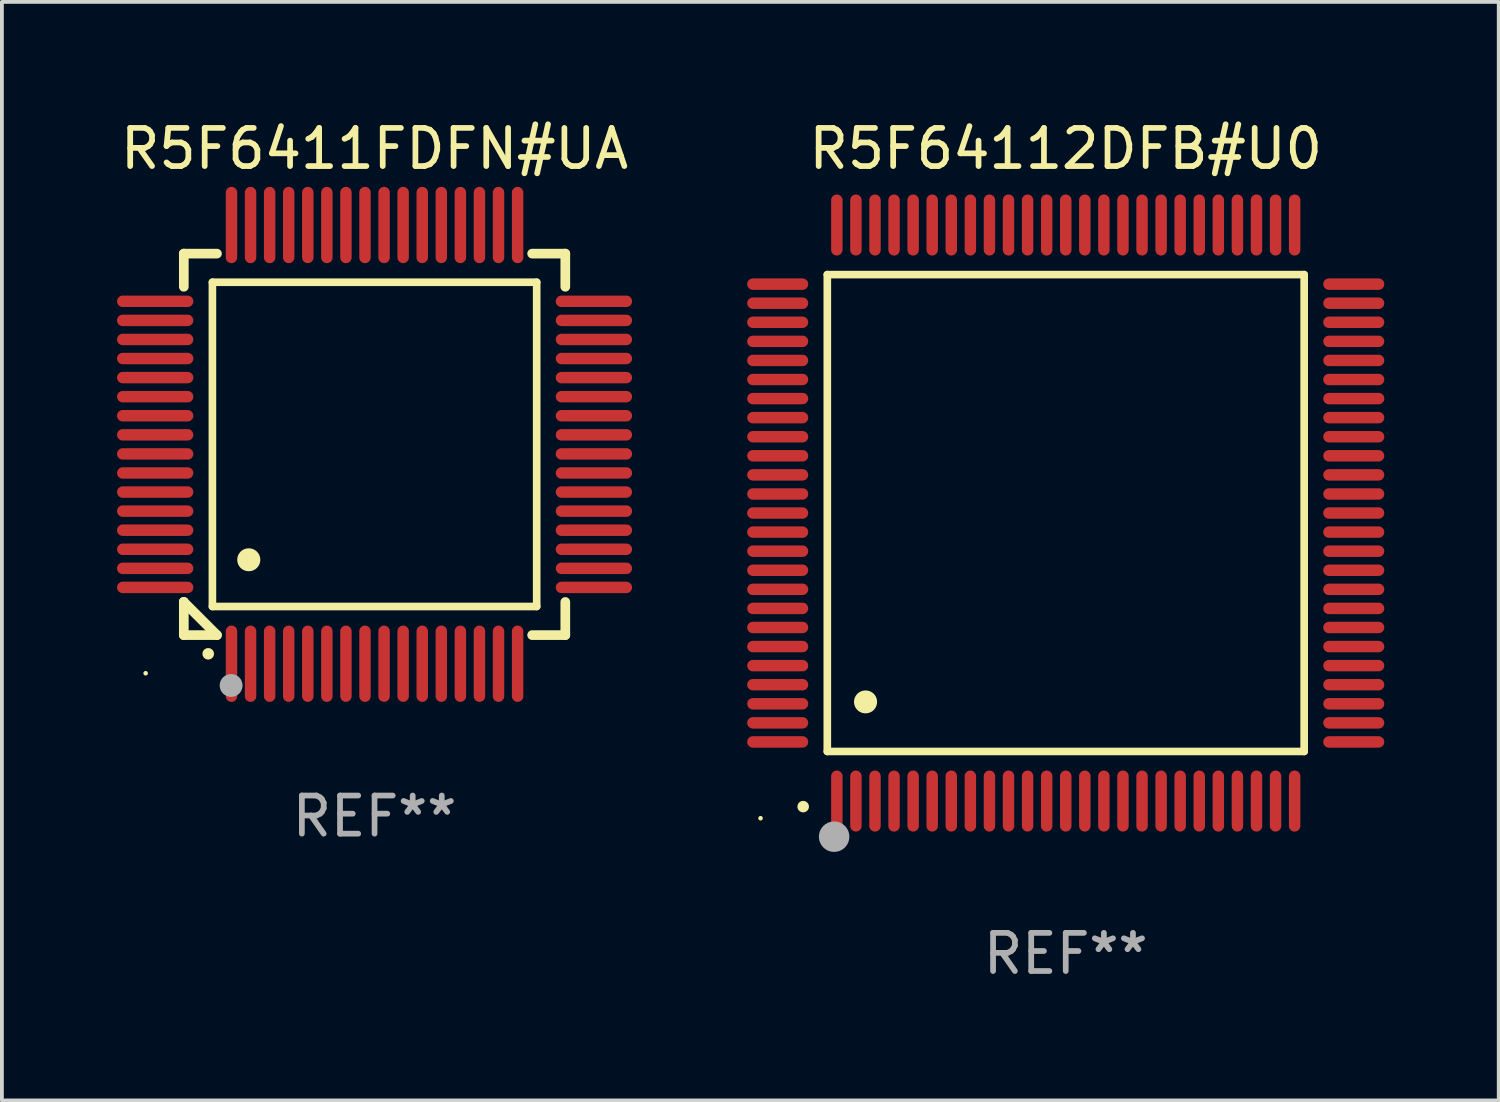
<source format=kicad_pcb>
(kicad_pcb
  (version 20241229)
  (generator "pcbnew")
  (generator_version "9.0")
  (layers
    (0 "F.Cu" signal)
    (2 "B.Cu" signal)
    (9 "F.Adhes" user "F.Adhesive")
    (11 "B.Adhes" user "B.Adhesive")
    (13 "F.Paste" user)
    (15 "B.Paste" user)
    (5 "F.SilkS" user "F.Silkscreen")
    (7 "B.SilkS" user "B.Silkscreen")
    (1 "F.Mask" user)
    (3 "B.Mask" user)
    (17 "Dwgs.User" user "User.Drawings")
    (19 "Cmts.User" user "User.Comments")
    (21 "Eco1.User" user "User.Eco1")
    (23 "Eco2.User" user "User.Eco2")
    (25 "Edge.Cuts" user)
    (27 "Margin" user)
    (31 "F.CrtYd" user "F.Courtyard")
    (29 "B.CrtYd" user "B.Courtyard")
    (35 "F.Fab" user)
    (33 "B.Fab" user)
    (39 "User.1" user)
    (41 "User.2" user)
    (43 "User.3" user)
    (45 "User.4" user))
  (footprint "R5F64112DFB#U0"
    (layer "F.Cu")
    (at 24.886 10.398)
    (property "Reference" "R5F64112DFB#U0" (at 0 -9.55 0) (layer "F.SilkS") (effects (font (size 1 1) (thickness 0.15))))
    (attr through_hole)
    (fp_line (start -6.25 -6.25) (end -6.25 6.25) (stroke (width 0.2) (type solid)) (layer "F.SilkS"))
    (fp_line (start -6.25 6.25) (end 6.25 6.25) (stroke (width 0.2) (type solid)) (layer "F.SilkS"))
    (fp_line (start 6.25 -6.25) (end -6.25 -6.25) (stroke (width 0.2) (type solid)) (layer "F.SilkS"))
    (fp_line (start 6.25 6.25) (end 6.25 -6.25) (stroke (width 0.2) (type solid)) (layer "F.SilkS"))
    (fp_arc (start -6.883414 7.696215) (mid -6.882144 7.69621) (end -6.880874 7.696215) (stroke (width 0.3) (type solid)) (layer "F.SilkS"))
    (fp_arc (start -5.250191 4.95047) (mid -5.247651 4.950459) (end -5.245111 4.95047) (stroke (width 0.6) (type solid)) (layer "F.SilkS"))
    (fp_circle (center -8 8) (end -7.97 8) (stroke (width 0.06) (type solid)) (fill no) (layer "F.SilkS"))
    (fp_circle (center -6.071 8.484) (end -5.871 8.484) (stroke (width 0.4) (type solid)) (fill no) (layer "F.Fab"))
    (fp_text user "REF**" (at 0 11.55 0) (layer "F.Fab") (effects (font (size 1 1) (thickness 0.15))))
    (pad "1" smd oval (at -6 7.55) (size 0.3 1.6) (layers "F.Cu" "F.Mask" "F.Paste"))
    (pad "2" smd oval (at -5.5 7.55) (size 0.3 1.6) (layers "F.Cu" "F.Mask" "F.Paste"))
    (pad "3" smd oval (at -5 7.55) (size 0.3 1.6) (layers "F.Cu" "F.Mask" "F.Paste"))
    (pad "4" smd oval (at -4.5 7.55) (size 0.3 1.6) (layers "F.Cu" "F.Mask" "F.Paste"))
    (pad "5" smd oval (at -4 7.55) (size 0.3 1.6) (layers "F.Cu" "F.Mask" "F.Paste"))
    (pad "6" smd oval (at -3.5 7.55) (size 0.3 1.6) (layers "F.Cu" "F.Mask" "F.Paste"))
    (pad "7" smd oval (at -3 7.55) (size 0.3 1.6) (layers "F.Cu" "F.Mask" "F.Paste"))
    (pad "8" smd oval (at -2.5 7.55) (size 0.3 1.6) (layers "F.Cu" "F.Mask" "F.Paste"))
    (pad "9" smd oval (at -2 7.55) (size 0.3 1.6) (layers "F.Cu" "F.Mask" "F.Paste"))
    (pad "10" smd oval (at -1.5 7.55) (size 0.3 1.6) (layers "F.Cu" "F.Mask" "F.Paste"))
    (pad "11" smd oval (at -1 7.55) (size 0.3 1.6) (layers "F.Cu" "F.Mask" "F.Paste"))
    (pad "12" smd oval (at -0.5 7.55) (size 0.3 1.6) (layers "F.Cu" "F.Mask" "F.Paste"))
    (pad "13" smd oval (at 0 7.55) (size 0.3 1.6) (layers "F.Cu" "F.Mask" "F.Paste"))
    (pad "14" smd oval (at 0.5 7.55) (size 0.3 1.6) (layers "F.Cu" "F.Mask" "F.Paste"))
    (pad "15" smd oval (at 1 7.55) (size 0.3 1.6) (layers "F.Cu" "F.Mask" "F.Paste"))
    (pad "16" smd oval (at 1.5 7.55) (size 0.3 1.6) (layers "F.Cu" "F.Mask" "F.Paste"))
    (pad "17" smd oval (at 2 7.55) (size 0.3 1.6) (layers "F.Cu" "F.Mask" "F.Paste"))
    (pad "18" smd oval (at 2.5 7.55) (size 0.3 1.6) (layers "F.Cu" "F.Mask" "F.Paste"))
    (pad "19" smd oval (at 3 7.55) (size 0.3 1.6) (layers "F.Cu" "F.Mask" "F.Paste"))
    (pad "20" smd oval (at 3.5 7.55) (size 0.3 1.6) (layers "F.Cu" "F.Mask" "F.Paste"))
    (pad "21" smd oval (at 4 7.55) (size 0.3 1.6) (layers "F.Cu" "F.Mask" "F.Paste"))
    (pad "22" smd oval (at 4.5 7.55) (size 0.3 1.6) (layers "F.Cu" "F.Mask" "F.Paste"))
    (pad "23" smd oval (at 5 7.55) (size 0.3 1.6) (layers "F.Cu" "F.Mask" "F.Paste"))
    (pad "24" smd oval (at 5.5 7.55) (size 0.3 1.6) (layers "F.Cu" "F.Mask" "F.Paste"))
    (pad "25" smd oval (at 6 7.55) (size 0.3 1.6) (layers "F.Cu" "F.Mask" "F.Paste"))
    (pad "26" smd oval (at 7.55 6) (size 1.6 0.3) (layers "F.Cu" "F.Mask" "F.Paste"))
    (pad "27" smd oval (at 7.55 5.5) (size 1.6 0.3) (layers "F.Cu" "F.Mask" "F.Paste"))
    (pad "28" smd oval (at 7.55 5) (size 1.6 0.3) (layers "F.Cu" "F.Mask" "F.Paste"))
    (pad "29" smd oval (at 7.55 4.5) (size 1.6 0.3) (layers "F.Cu" "F.Mask" "F.Paste"))
    (pad "30" smd oval (at 7.55 4) (size 1.6 0.3) (layers "F.Cu" "F.Mask" "F.Paste"))
    (pad "31" smd oval (at 7.55 3.5) (size 1.6 0.3) (layers "F.Cu" "F.Mask" "F.Paste"))
    (pad "32" smd oval (at 7.55 3) (size 1.6 0.3) (layers "F.Cu" "F.Mask" "F.Paste"))
    (pad "33" smd oval (at 7.55 2.5) (size 1.6 0.3) (layers "F.Cu" "F.Mask" "F.Paste"))
    (pad "34" smd oval (at 7.55 2) (size 1.6 0.3) (layers "F.Cu" "F.Mask" "F.Paste"))
    (pad "35" smd oval (at 7.55 1.5) (size 1.6 0.3) (layers "F.Cu" "F.Mask" "F.Paste"))
    (pad "36" smd oval (at 7.55 1) (size 1.6 0.3) (layers "F.Cu" "F.Mask" "F.Paste"))
    (pad "37" smd oval (at 7.55 0.5) (size 1.6 0.3) (layers "F.Cu" "F.Mask" "F.Paste"))
    (pad "38" smd oval (at 7.55 0) (size 1.6 0.3) (layers "F.Cu" "F.Mask" "F.Paste"))
    (pad "39" smd oval (at 7.55 -0.5) (size 1.6 0.3) (layers "F.Cu" "F.Mask" "F.Paste"))
    (pad "40" smd oval (at 7.55 -1) (size 1.6 0.3) (layers "F.Cu" "F.Mask" "F.Paste"))
    (pad "41" smd oval (at 7.55 -1.5) (size 1.6 0.3) (layers "F.Cu" "F.Mask" "F.Paste"))
    (pad "42" smd oval (at 7.55 -2) (size 1.6 0.3) (layers "F.Cu" "F.Mask" "F.Paste"))
    (pad "43" smd oval (at 7.55 -2.5) (size 1.6 0.3) (layers "F.Cu" "F.Mask" "F.Paste"))
    (pad "44" smd oval (at 7.55 -3) (size 1.6 0.3) (layers "F.Cu" "F.Mask" "F.Paste"))
    (pad "45" smd oval (at 7.55 -3.5) (size 1.6 0.3) (layers "F.Cu" "F.Mask" "F.Paste"))
    (pad "46" smd oval (at 7.55 -4) (size 1.6 0.3) (layers "F.Cu" "F.Mask" "F.Paste"))
    (pad "47" smd oval (at 7.55 -4.5) (size 1.6 0.3) (layers "F.Cu" "F.Mask" "F.Paste"))
    (pad "48" smd oval (at 7.55 -5) (size 1.6 0.3) (layers "F.Cu" "F.Mask" "F.Paste"))
    (pad "49" smd oval (at 7.55 -5.5) (size 1.6 0.3) (layers "F.Cu" "F.Mask" "F.Paste"))
    (pad "50" smd oval (at 7.55 -6) (size 1.6 0.3) (layers "F.Cu" "F.Mask" "F.Paste"))
    (pad "51" smd oval (at 6 -7.55) (size 0.3 1.6) (layers "F.Cu" "F.Mask" "F.Paste"))
    (pad "52" smd oval (at 5.5 -7.55) (size 0.3 1.6) (layers "F.Cu" "F.Mask" "F.Paste"))
    (pad "53" smd oval (at 5 -7.55) (size 0.3 1.6) (layers "F.Cu" "F.Mask" "F.Paste"))
    (pad "54" smd oval (at 4.5 -7.55) (size 0.3 1.6) (layers "F.Cu" "F.Mask" "F.Paste"))
    (pad "55" smd oval (at 4 -7.55) (size 0.3 1.6) (layers "F.Cu" "F.Mask" "F.Paste"))
    (pad "56" smd oval (at 3.5 -7.55) (size 0.3 1.6) (layers "F.Cu" "F.Mask" "F.Paste"))
    (pad "57" smd oval (at 3 -7.55) (size 0.3 1.6) (layers "F.Cu" "F.Mask" "F.Paste"))
    (pad "58" smd oval (at 2.5 -7.55) (size 0.3 1.6) (layers "F.Cu" "F.Mask" "F.Paste"))
    (pad "59" smd oval (at 2 -7.55) (size 0.3 1.6) (layers "F.Cu" "F.Mask" "F.Paste"))
    (pad "60" smd oval (at 1.5 -7.55) (size 0.3 1.6) (layers "F.Cu" "F.Mask" "F.Paste"))
    (pad "61" smd oval (at 1 -7.55) (size 0.3 1.6) (layers "F.Cu" "F.Mask" "F.Paste"))
    (pad "62" smd oval (at 0.5 -7.55) (size 0.3 1.6) (layers "F.Cu" "F.Mask" "F.Paste"))
    (pad "63" smd oval (at 0 -7.55) (size 0.3 1.6) (layers "F.Cu" "F.Mask" "F.Paste"))
    (pad "64" smd oval (at -0.5 -7.55) (size 0.3 1.6) (layers "F.Cu" "F.Mask" "F.Paste"))
    (pad "65" smd oval (at -1 -7.55) (size 0.3 1.6) (layers "F.Cu" "F.Mask" "F.Paste"))
    (pad "66" smd oval (at -1.5 -7.55) (size 0.3 1.6) (layers "F.Cu" "F.Mask" "F.Paste"))
    (pad "67" smd oval (at -2 -7.55) (size 0.3 1.6) (layers "F.Cu" "F.Mask" "F.Paste"))
    (pad "68" smd oval (at -2.5 -7.55) (size 0.3 1.6) (layers "F.Cu" "F.Mask" "F.Paste"))
    (pad "69" smd oval (at -3 -7.55) (size 0.3 1.6) (layers "F.Cu" "F.Mask" "F.Paste"))
    (pad "70" smd oval (at -3.5 -7.55) (size 0.3 1.6) (layers "F.Cu" "F.Mask" "F.Paste"))
    (pad "71" smd oval (at -4 -7.55) (size 0.3 1.6) (layers "F.Cu" "F.Mask" "F.Paste"))
    (pad "72" smd oval (at -4.5 -7.55) (size 0.3 1.6) (layers "F.Cu" "F.Mask" "F.Paste"))
    (pad "73" smd oval (at -5 -7.55) (size 0.3 1.6) (layers "F.Cu" "F.Mask" "F.Paste"))
    (pad "74" smd oval (at -5.5 -7.55) (size 0.3 1.6) (layers "F.Cu" "F.Mask" "F.Paste"))
    (pad "75" smd oval (at -6 -7.55) (size 0.3 1.6) (layers "F.Cu" "F.Mask" "F.Paste"))
    (pad "76" smd oval (at -7.55 -6) (size 1.6 0.3) (layers "F.Cu" "F.Mask" "F.Paste"))
    (pad "77" smd oval (at -7.55 -5.5) (size 1.6 0.3) (layers "F.Cu" "F.Mask" "F.Paste"))
    (pad "78" smd oval (at -7.55 -5) (size 1.6 0.3) (layers "F.Cu" "F.Mask" "F.Paste"))
    (pad "79" smd oval (at -7.55 -4.5) (size 1.6 0.3) (layers "F.Cu" "F.Mask" "F.Paste"))
    (pad "80" smd oval (at -7.55 -4) (size 1.6 0.3) (layers "F.Cu" "F.Mask" "F.Paste"))
    (pad "81" smd oval (at -7.55 -3.5) (size 1.6 0.3) (layers "F.Cu" "F.Mask" "F.Paste"))
    (pad "82" smd oval (at -7.55 -3) (size 1.6 0.3) (layers "F.Cu" "F.Mask" "F.Paste"))
    (pad "83" smd oval (at -7.55 -2.5) (size 1.6 0.3) (layers "F.Cu" "F.Mask" "F.Paste"))
    (pad "84" smd oval (at -7.55 -2) (size 1.6 0.3) (layers "F.Cu" "F.Mask" "F.Paste"))
    (pad "85" smd oval (at -7.55 -1.5) (size 1.6 0.3) (layers "F.Cu" "F.Mask" "F.Paste"))
    (pad "86" smd oval (at -7.55 -1) (size 1.6 0.3) (layers "F.Cu" "F.Mask" "F.Paste"))
    (pad "87" smd oval (at -7.55 -0.5) (size 1.6 0.3) (layers "F.Cu" "F.Mask" "F.Paste"))
    (pad "88" smd oval (at -7.55 0) (size 1.6 0.3) (layers "F.Cu" "F.Mask" "F.Paste"))
    (pad "89" smd oval (at -7.55 0.5) (size 1.6 0.3) (layers "F.Cu" "F.Mask" "F.Paste"))
    (pad "90" smd oval (at -7.55 1) (size 1.6 0.3) (layers "F.Cu" "F.Mask" "F.Paste"))
    (pad "91" smd oval (at -7.55 1.5) (size 1.6 0.3) (layers "F.Cu" "F.Mask" "F.Paste"))
    (pad "92" smd oval (at -7.55 2) (size 1.6 0.3) (layers "F.Cu" "F.Mask" "F.Paste"))
    (pad "93" smd oval (at -7.55 2.5) (size 1.6 0.3) (layers "F.Cu" "F.Mask" "F.Paste"))
    (pad "94" smd oval (at -7.55 3) (size 1.6 0.3) (layers "F.Cu" "F.Mask" "F.Paste"))
    (pad "95" smd oval (at -7.55 3.5) (size 1.6 0.3) (layers "F.Cu" "F.Mask" "F.Paste"))
    (pad "96" smd oval (at -7.55 4) (size 1.6 0.3) (layers "F.Cu" "F.Mask" "F.Paste"))
    (pad "97" smd oval (at -7.55 4.5) (size 1.6 0.3) (layers "F.Cu" "F.Mask" "F.Paste"))
    (pad "98" smd oval (at -7.55 5) (size 1.6 0.3) (layers "F.Cu" "F.Mask" "F.Paste"))
    (pad "99" smd oval (at -7.55 5.5) (size 1.6 0.3) (layers "F.Cu" "F.Mask" "F.Paste"))
    (pad "100" smd oval (at -7.55 6) (size 1.6 0.3) (layers "F.Cu" "F.Mask" "F.Paste")))
  (footprint "R5F6411FDFN#UA"
    (layer "F.Cu")
    (at 6.768 8.598)
    (property "Reference" "R5F6411FDFN#UA" (at 0 -7.75 0) (layer "F.SilkS") (effects (font (size 1 1) (thickness 0.15))))
    (attr through_hole)
    (fp_line (start -5 -5) (end -4.131 -5) (stroke (width 0.254) (type solid)) (layer "F.SilkS"))
    (fp_line (start -5 -4.131) (end -5 -5) (stroke (width 0.254) (type solid)) (layer "F.SilkS"))
    (fp_line (start -5 4.131) (end -5 4.131) (stroke (width 0.254) (type solid)) (layer "F.SilkS"))
    (fp_line (start -5 5) (end -5 4.131) (stroke (width 0.254) (type solid)) (layer "F.SilkS"))
    (fp_line (start -5 4.131) (end -4.131 5) (stroke (width 0.254) (type solid)) (layer "F.SilkS"))
    (fp_line (start -4.25 -4.25) (end -4.25 4.25) (stroke (width 0.2) (type solid)) (layer "F.SilkS"))
    (fp_line (start -4.25 4.25) (end 4.25 4.25) (stroke (width 0.2) (type solid)) (layer "F.SilkS"))
    (fp_line (start -4.131 5) (end -5 5) (stroke (width 0.254) (type solid)) (layer "F.SilkS"))
    (fp_line (start 4.25 -4.25) (end -4.25 -4.25) (stroke (width 0.2) (type solid)) (layer "F.SilkS"))
    (fp_line (start 4.25 4.25) (end 4.25 -4.25) (stroke (width 0.2) (type solid)) (layer "F.SilkS"))
    (fp_line (start 5 -5) (end 4.131 -5) (stroke (width 0.254) (type solid)) (layer "F.SilkS"))
    (fp_line (start 5 -5) (end 5 -4.131) (stroke (width 0.254) (type solid)) (layer "F.SilkS"))
    (fp_line (start 5 4.131) (end 5 5) (stroke (width 0.254) (type solid)) (layer "F.SilkS"))
    (fp_line (start 5 5) (end 4.131 5) (stroke (width 0.254) (type solid)) (layer "F.SilkS"))
    (fp_arc (start -4.361265 5.489992) (mid -4.359995 5.489987) (end -4.358725 5.489992) (stroke (width 0.3) (type solid)) (layer "F.SilkS"))
    (fp_arc (start -3.299467 3.025146) (mid -3.296927 3.025135) (end -3.294387 3.025146) (stroke (width 0.6) (type solid)) (layer "F.SilkS"))
    (fp_circle (center -6 6) (end -5.97 6) (stroke (width 0.06) (type solid)) (fill no) (layer "F.SilkS"))
    (fp_circle (center -3.76 6.32) (end -3.61 6.32) (stroke (width 0.3) (type solid)) (fill no) (layer "F.Fab"))
    (fp_text user "REF**" (at 0 9.75 0) (layer "F.Fab") (effects (font (size 1 1) (thickness 0.15))))
    (pad "1" smd oval (at -3.75 5.75) (size 0.3 2) (layers "F.Cu" "F.Mask" "F.Paste"))
    (pad "2" smd oval (at -3.25 5.75) (size 0.3 2) (layers "F.Cu" "F.Mask" "F.Paste"))
    (pad "3" smd oval (at -2.75 5.75) (size 0.3 2) (layers "F.Cu" "F.Mask" "F.Paste"))
    (pad "4" smd oval (at -2.25 5.75) (size 0.3 2) (layers "F.Cu" "F.Mask" "F.Paste"))
    (pad "5" smd oval (at -1.75 5.75) (size 0.3 2) (layers "F.Cu" "F.Mask" "F.Paste"))
    (pad "6" smd oval (at -1.25 5.75) (size 0.3 2) (layers "F.Cu" "F.Mask" "F.Paste"))
    (pad "7" smd oval (at -0.75 5.75) (size 0.3 2) (layers "F.Cu" "F.Mask" "F.Paste"))
    (pad "8" smd oval (at -0.25 5.75) (size 0.3 2) (layers "F.Cu" "F.Mask" "F.Paste"))
    (pad "9" smd oval (at 0.25 5.75) (size 0.3 2) (layers "F.Cu" "F.Mask" "F.Paste"))
    (pad "10" smd oval (at 0.75 5.75) (size 0.3 2) (layers "F.Cu" "F.Mask" "F.Paste"))
    (pad "11" smd oval (at 1.25 5.75) (size 0.3 2) (layers "F.Cu" "F.Mask" "F.Paste"))
    (pad "12" smd oval (at 1.75 5.75) (size 0.3 2) (layers "F.Cu" "F.Mask" "F.Paste"))
    (pad "13" smd oval (at 2.25 5.75) (size 0.3 2) (layers "F.Cu" "F.Mask" "F.Paste"))
    (pad "14" smd oval (at 2.75 5.75) (size 0.3 2) (layers "F.Cu" "F.Mask" "F.Paste"))
    (pad "15" smd oval (at 3.25 5.75) (size 0.3 2) (layers "F.Cu" "F.Mask" "F.Paste"))
    (pad "16" smd oval (at 3.75 5.75) (size 0.3 2) (layers "F.Cu" "F.Mask" "F.Paste"))
    (pad "17" smd oval (at 5.75 3.75) (size 2 0.3) (layers "F.Cu" "F.Mask" "F.Paste"))
    (pad "18" smd oval (at 5.75 3.25) (size 2 0.3) (layers "F.Cu" "F.Mask" "F.Paste"))
    (pad "19" smd oval (at 5.75 2.75) (size 2 0.3) (layers "F.Cu" "F.Mask" "F.Paste"))
    (pad "20" smd oval (at 5.75 2.25) (size 2 0.3) (layers "F.Cu" "F.Mask" "F.Paste"))
    (pad "21" smd oval (at 5.75 1.75) (size 2 0.3) (layers "F.Cu" "F.Mask" "F.Paste"))
    (pad "22" smd oval (at 5.75 1.25) (size 2 0.3) (layers "F.Cu" "F.Mask" "F.Paste"))
    (pad "23" smd oval (at 5.75 0.75) (size 2 0.3) (layers "F.Cu" "F.Mask" "F.Paste"))
    (pad "24" smd oval (at 5.75 0.25) (size 2 0.3) (layers "F.Cu" "F.Mask" "F.Paste"))
    (pad "25" smd oval (at 5.75 -0.25) (size 2 0.3) (layers "F.Cu" "F.Mask" "F.Paste"))
    (pad "26" smd oval (at 5.75 -0.75) (size 2 0.3) (layers "F.Cu" "F.Mask" "F.Paste"))
    (pad "27" smd oval (at 5.75 -1.25) (size 2 0.3) (layers "F.Cu" "F.Mask" "F.Paste"))
    (pad "28" smd oval (at 5.75 -1.75) (size 2 0.3) (layers "F.Cu" "F.Mask" "F.Paste"))
    (pad "29" smd oval (at 5.75 -2.25) (size 2 0.3) (layers "F.Cu" "F.Mask" "F.Paste"))
    (pad "30" smd oval (at 5.75 -2.75) (size 2 0.3) (layers "F.Cu" "F.Mask" "F.Paste"))
    (pad "31" smd oval (at 5.75 -3.25) (size 2 0.3) (layers "F.Cu" "F.Mask" "F.Paste"))
    (pad "32" smd oval (at 5.75 -3.75) (size 2 0.3) (layers "F.Cu" "F.Mask" "F.Paste"))
    (pad "33" smd oval (at 3.75 -5.75) (size 0.3 2) (layers "F.Cu" "F.Mask" "F.Paste"))
    (pad "34" smd oval (at 3.25 -5.75) (size 0.3 2) (layers "F.Cu" "F.Mask" "F.Paste"))
    (pad "35" smd oval (at 2.75 -5.75) (size 0.3 2) (layers "F.Cu" "F.Mask" "F.Paste"))
    (pad "36" smd oval (at 2.25 -5.75) (size 0.3 2) (layers "F.Cu" "F.Mask" "F.Paste"))
    (pad "37" smd oval (at 1.75 -5.75) (size 0.3 2) (layers "F.Cu" "F.Mask" "F.Paste"))
    (pad "38" smd oval (at 1.25 -5.75) (size 0.3 2) (layers "F.Cu" "F.Mask" "F.Paste"))
    (pad "39" smd oval (at 0.75 -5.75) (size 0.3 2) (layers "F.Cu" "F.Mask" "F.Paste"))
    (pad "40" smd oval (at 0.25 -5.75) (size 0.3 2) (layers "F.Cu" "F.Mask" "F.Paste"))
    (pad "41" smd oval (at -0.25 -5.75) (size 0.3 2) (layers "F.Cu" "F.Mask" "F.Paste"))
    (pad "42" smd oval (at -0.75 -5.75) (size 0.3 2) (layers "F.Cu" "F.Mask" "F.Paste"))
    (pad "43" smd oval (at -1.25 -5.75) (size 0.3 2) (layers "F.Cu" "F.Mask" "F.Paste"))
    (pad "44" smd oval (at -1.75 -5.75) (size 0.3 2) (layers "F.Cu" "F.Mask" "F.Paste"))
    (pad "45" smd oval (at -2.25 -5.75) (size 0.3 2) (layers "F.Cu" "F.Mask" "F.Paste"))
    (pad "46" smd oval (at -2.75 -5.75) (size 0.3 2) (layers "F.Cu" "F.Mask" "F.Paste"))
    (pad "47" smd oval (at -3.25 -5.75) (size 0.3 2) (layers "F.Cu" "F.Mask" "F.Paste"))
    (pad "48" smd oval (at -3.75 -5.75) (size 0.3 2) (layers "F.Cu" "F.Mask" "F.Paste"))
    (pad "49" smd oval (at -5.75 -3.75) (size 2 0.3) (layers "F.Cu" "F.Mask" "F.Paste"))
    (pad "50" smd oval (at -5.75 -3.25) (size 2 0.3) (layers "F.Cu" "F.Mask" "F.Paste"))
    (pad "51" smd oval (at -5.75 -2.75) (size 2 0.3) (layers "F.Cu" "F.Mask" "F.Paste"))
    (pad "52" smd oval (at -5.75 -2.25) (size 2 0.3) (layers "F.Cu" "F.Mask" "F.Paste"))
    (pad "53" smd oval (at -5.75 -1.75) (size 2 0.3) (layers "F.Cu" "F.Mask" "F.Paste"))
    (pad "54" smd oval (at -5.75 -1.25) (size 2 0.3) (layers "F.Cu" "F.Mask" "F.Paste"))
    (pad "55" smd oval (at -5.75 -0.75) (size 2 0.3) (layers "F.Cu" "F.Mask" "F.Paste"))
    (pad "56" smd oval (at -5.75 -0.25) (size 2 0.3) (layers "F.Cu" "F.Mask" "F.Paste"))
    (pad "57" smd oval (at -5.75 0.25) (size 2 0.3) (layers "F.Cu" "F.Mask" "F.Paste"))
    (pad "58" smd oval (at -5.75 0.75) (size 2 0.3) (layers "F.Cu" "F.Mask" "F.Paste"))
    (pad "59" smd oval (at -5.75 1.25) (size 2 0.3) (layers "F.Cu" "F.Mask" "F.Paste"))
    (pad "60" smd oval (at -5.75 1.75) (size 2 0.3) (layers "F.Cu" "F.Mask" "F.Paste"))
    (pad "61" smd oval (at -5.75 2.25) (size 2 0.3) (layers "F.Cu" "F.Mask" "F.Paste"))
    (pad "62" smd oval (at -5.75 2.75) (size 2 0.3) (layers "F.Cu" "F.Mask" "F.Paste"))
    (pad "63" smd oval (at -5.75 3.25) (size 2 0.3) (layers "F.Cu" "F.Mask" "F.Paste"))
    (pad "64" smd oval (at -5.75 3.75) (size 2 0.3) (layers "F.Cu" "F.Mask" "F.Paste")))
  (gr_rect
    (start -3 -3)
    (end 36.236 25.796)
    (stroke (width 0.1) (type default))
    (fill no)
    (layer "Edge.Cuts")))
</source>
